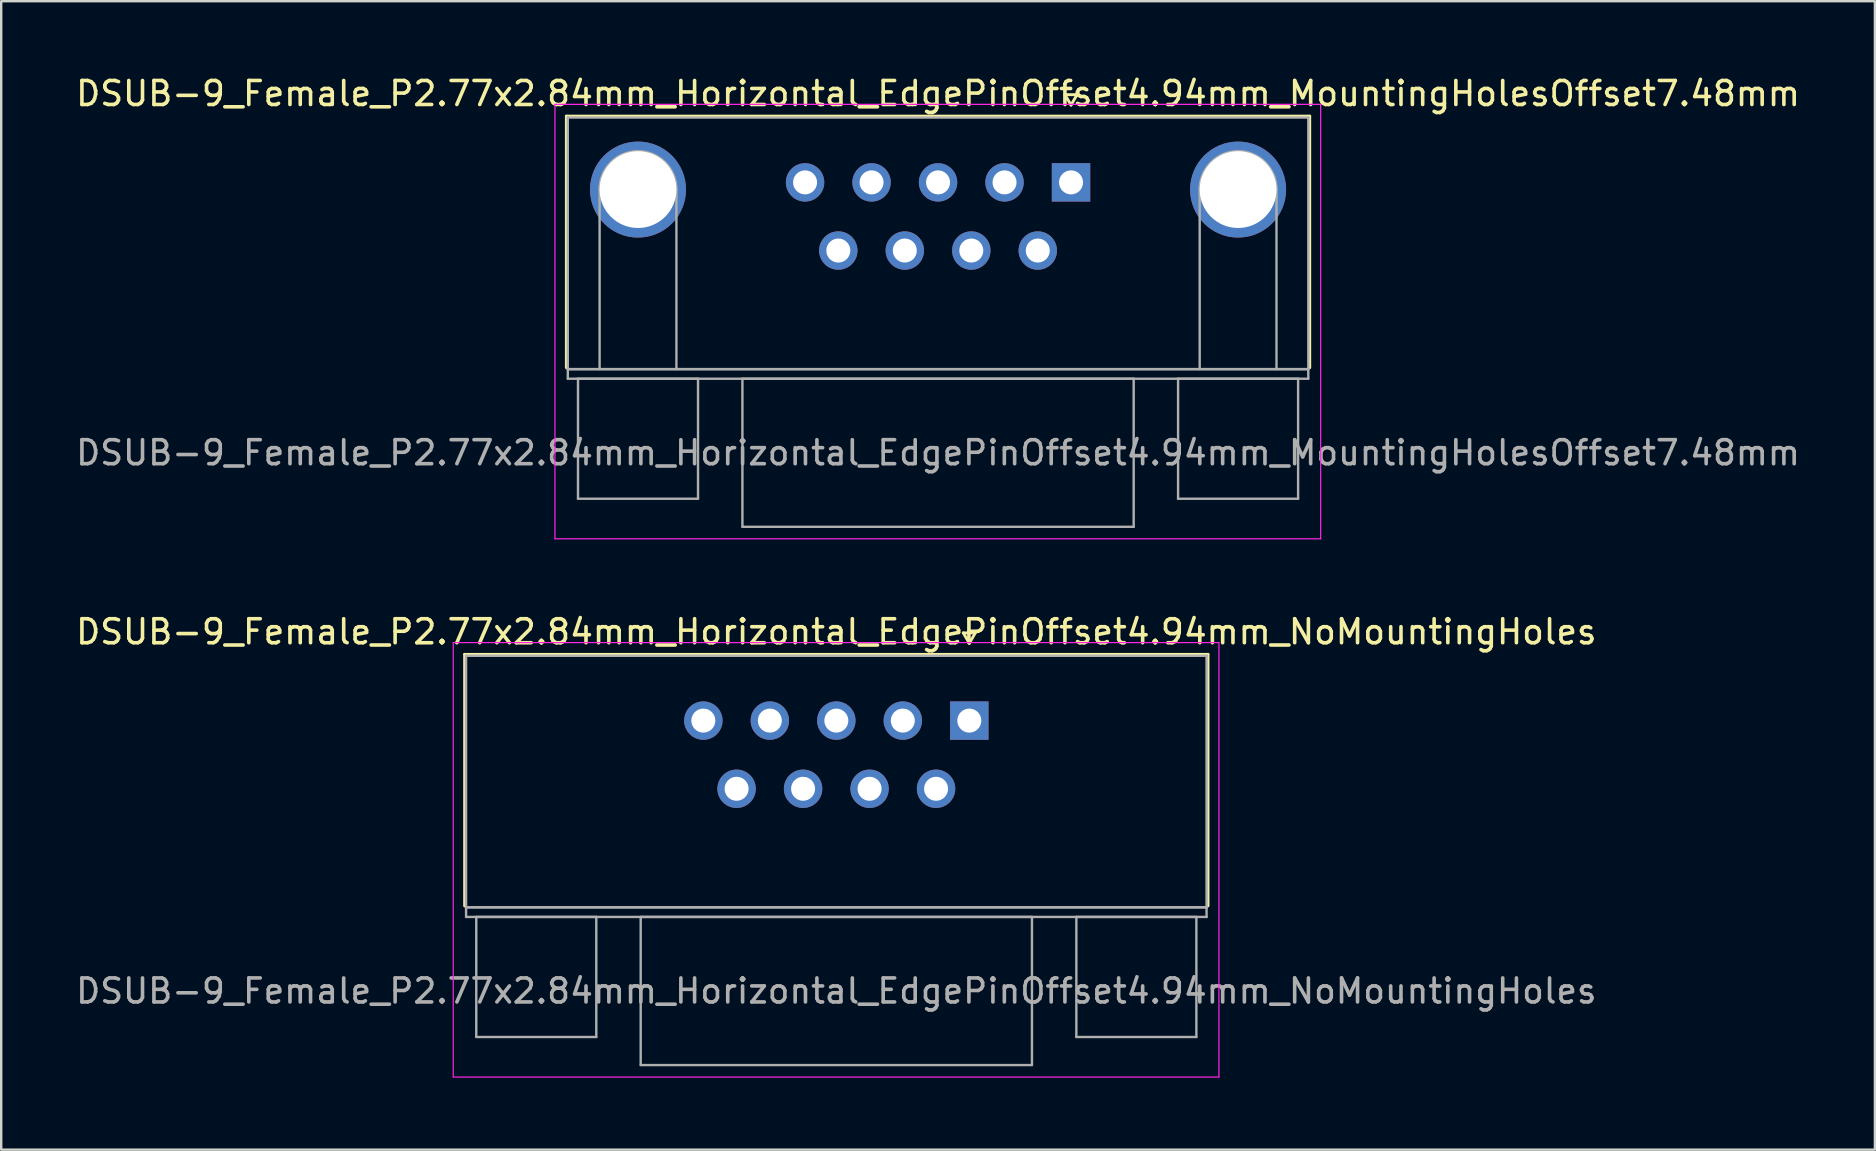
<source format=kicad_pcb>
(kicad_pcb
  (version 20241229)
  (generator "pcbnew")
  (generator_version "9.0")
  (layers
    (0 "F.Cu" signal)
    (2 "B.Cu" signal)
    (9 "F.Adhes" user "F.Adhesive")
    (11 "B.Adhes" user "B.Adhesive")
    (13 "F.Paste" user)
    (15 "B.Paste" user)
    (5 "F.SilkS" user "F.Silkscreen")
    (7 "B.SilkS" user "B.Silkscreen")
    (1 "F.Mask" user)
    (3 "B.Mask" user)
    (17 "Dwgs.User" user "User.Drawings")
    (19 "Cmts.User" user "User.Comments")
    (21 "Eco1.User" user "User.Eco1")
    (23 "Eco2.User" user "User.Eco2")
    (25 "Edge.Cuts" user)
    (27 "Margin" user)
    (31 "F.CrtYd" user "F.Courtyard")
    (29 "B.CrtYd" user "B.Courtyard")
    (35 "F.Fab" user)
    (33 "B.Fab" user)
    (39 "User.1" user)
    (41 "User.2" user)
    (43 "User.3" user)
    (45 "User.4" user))
  (footprint "DSUB-9_Female_P2.77x2.84mm_Horizontal_EdgePinOffset4.94mm_NoMountingHoles"
    (layer "F.Cu")
    (at 37.332 26.971)
    (property "Reference" "DSUB-9_Female_P2.77x2.84mm_Horizontal_EdgePinOffset4.94mm_NoMountingHoles" (at -5.54 -3.7 0) (layer "F.SilkS") (effects (font (size 1 1) (thickness 0.15))))
    (attr through_hole)
    (fp_line (start -21.025 -2.76) (end 9.945 -2.76) (stroke (width 0.12) (type solid)) (layer "F.SilkS"))
    (fp_line (start -21.025 7.72) (end -21.025 -2.76) (stroke (width 0.12) (type solid)) (layer "F.SilkS"))
    (fp_line (start -0.25 -3.654) (end 0.25 -3.654) (stroke (width 0.12) (type solid)) (layer "F.SilkS"))
    (fp_line (start 0 -3.221) (end -0.25 -3.654) (stroke (width 0.12) (type solid)) (layer "F.SilkS"))
    (fp_line (start 0.25 -3.654) (end 0 -3.221) (stroke (width 0.12) (type solid)) (layer "F.SilkS"))
    (fp_line (start 9.945 -2.76) (end 9.945 7.72) (stroke (width 0.12) (type solid)) (layer "F.SilkS"))
    (fp_line (start -21.5 -3.25) (end -21.5 14.85) (stroke (width 0.05) (type solid)) (layer "F.CrtYd"))
    (fp_line (start -21.5 14.85) (end 10.4 14.85) (stroke (width 0.05) (type solid)) (layer "F.CrtYd"))
    (fp_line (start 10.4 -3.25) (end -21.5 -3.25) (stroke (width 0.05) (type solid)) (layer "F.CrtYd"))
    (fp_line (start 10.4 14.85) (end 10.4 -3.25) (stroke (width 0.05) (type solid)) (layer "F.CrtYd"))
    (fp_line (start -20.965 -2.7) (end -20.965 7.78) (stroke (width 0.1) (type solid)) (layer "F.Fab"))
    (fp_line (start -20.965 7.78) (end -20.965 8.18) (stroke (width 0.1) (type solid)) (layer "F.Fab"))
    (fp_line (start -20.965 7.78) (end 9.885 7.78) (stroke (width 0.1) (type solid)) (layer "F.Fab"))
    (fp_line (start -20.965 8.18) (end 9.885 8.18) (stroke (width 0.1) (type solid)) (layer "F.Fab"))
    (fp_line (start -20.54 8.18) (end -20.54 13.18) (stroke (width 0.1) (type solid)) (layer "F.Fab"))
    (fp_line (start -20.54 13.18) (end -15.54 13.18) (stroke (width 0.1) (type solid)) (layer "F.Fab"))
    (fp_line (start -15.54 8.18) (end -20.54 8.18) (stroke (width 0.1) (type solid)) (layer "F.Fab"))
    (fp_line (start -15.54 13.18) (end -15.54 8.18) (stroke (width 0.1) (type solid)) (layer "F.Fab"))
    (fp_line (start -13.69 8.18) (end -13.69 14.35) (stroke (width 0.1) (type solid)) (layer "F.Fab"))
    (fp_line (start -13.69 14.35) (end 2.61 14.35) (stroke (width 0.1) (type solid)) (layer "F.Fab"))
    (fp_line (start 2.61 8.18) (end -13.69 8.18) (stroke (width 0.1) (type solid)) (layer "F.Fab"))
    (fp_line (start 2.61 14.35) (end 2.61 8.18) (stroke (width 0.1) (type solid)) (layer "F.Fab"))
    (fp_line (start 4.46 8.18) (end 4.46 13.18) (stroke (width 0.1) (type solid)) (layer "F.Fab"))
    (fp_line (start 4.46 13.18) (end 9.46 13.18) (stroke (width 0.1) (type solid)) (layer "F.Fab"))
    (fp_line (start 9.46 8.18) (end 4.46 8.18) (stroke (width 0.1) (type solid)) (layer "F.Fab"))
    (fp_line (start 9.46 13.18) (end 9.46 8.18) (stroke (width 0.1) (type solid)) (layer "F.Fab"))
    (fp_line (start 9.885 -2.7) (end -20.965 -2.7) (stroke (width 0.1) (type solid)) (layer "F.Fab"))
    (fp_line (start 9.885 7.78) (end -20.965 7.78) (stroke (width 0.1) (type solid)) (layer "F.Fab"))
    (fp_line (start 9.885 7.78) (end 9.885 -2.7) (stroke (width 0.1) (type solid)) (layer "F.Fab"))
    (fp_line (start 9.885 8.18) (end 9.885 7.78) (stroke (width 0.1) (type solid)) (layer "F.Fab"))
    (fp_text user "${REFERENCE}" (at -5.54 11.265 0) (layer "F.Fab") (effects (font (size 1 1) (thickness 0.15))))
    (pad "1" thru_hole rect (at 0 0) (size 1.6 1.6) (drill 1) (layers "*.Cu" "*.Mask"))
    (pad "2" thru_hole circle (at -2.77 0) (size 1.6 1.6) (drill 1) (layers "*.Cu" "*.Mask"))
    (pad "3" thru_hole circle (at -5.54 0) (size 1.6 1.6) (drill 1) (layers "*.Cu" "*.Mask"))
    (pad "4" thru_hole circle (at -8.31 0) (size 1.6 1.6) (drill 1) (layers "*.Cu" "*.Mask"))
    (pad "5" thru_hole circle (at -11.08 0) (size 1.6 1.6) (drill 1) (layers "*.Cu" "*.Mask"))
    (pad "6" thru_hole circle (at -1.385 2.84) (size 1.6 1.6) (drill 1) (layers "*.Cu" "*.Mask"))
    (pad "7" thru_hole circle (at -4.155 2.84) (size 1.6 1.6) (drill 1) (layers "*.Cu" "*.Mask"))
    (pad "8" thru_hole circle (at -6.925 2.84) (size 1.6 1.6) (drill 1) (layers "*.Cu" "*.Mask"))
    (pad "9" thru_hole circle (at -9.695 2.84) (size 1.6 1.6) (drill 1) (layers "*.Cu" "*.Mask")))
  (footprint "DSUB-9_Female_P2.77x2.84mm_Horizontal_EdgePinOffset4.94mm_MountingHolesOffset7.48mm"
    (layer "F.Cu")
    (at 41.57 4.548)
    (property "Reference" "DSUB-9_Female_P2.77x2.84mm_Horizontal_EdgePinOffset4.94mm_MountingHolesOffset7.48mm" (at -5.54 -3.7 0) (layer "F.SilkS") (effects (font (size 1 1) (thickness 0.15))))
    (attr through_hole)
    (fp_line (start -21.025 -2.76) (end 9.945 -2.76) (stroke (width 0.12) (type solid)) (layer "F.SilkS"))
    (fp_line (start -21.025 7.72) (end -21.025 -2.76) (stroke (width 0.12) (type solid)) (layer "F.SilkS"))
    (fp_line (start -0.25 -3.654) (end 0.25 -3.654) (stroke (width 0.12) (type solid)) (layer "F.SilkS"))
    (fp_line (start 0 -3.221) (end -0.25 -3.654) (stroke (width 0.12) (type solid)) (layer "F.SilkS"))
    (fp_line (start 0.25 -3.654) (end 0 -3.221) (stroke (width 0.12) (type solid)) (layer "F.SilkS"))
    (fp_line (start 9.945 -2.76) (end 9.945 7.72) (stroke (width 0.12) (type solid)) (layer "F.SilkS"))
    (fp_line (start -21.5 -3.25) (end -21.5 14.85) (stroke (width 0.05) (type solid)) (layer "F.CrtYd"))
    (fp_line (start -21.5 14.85) (end 10.4 14.85) (stroke (width 0.05) (type solid)) (layer "F.CrtYd"))
    (fp_line (start 10.4 -3.25) (end -21.5 -3.25) (stroke (width 0.05) (type solid)) (layer "F.CrtYd"))
    (fp_line (start 10.4 14.85) (end 10.4 -3.25) (stroke (width 0.05) (type solid)) (layer "F.CrtYd"))
    (fp_line (start -20.965 -2.7) (end -20.965 7.78) (stroke (width 0.1) (type solid)) (layer "F.Fab"))
    (fp_line (start -20.965 7.78) (end -20.965 8.18) (stroke (width 0.1) (type solid)) (layer "F.Fab"))
    (fp_line (start -20.965 7.78) (end 9.885 7.78) (stroke (width 0.1) (type solid)) (layer "F.Fab"))
    (fp_line (start -20.965 8.18) (end 9.885 8.18) (stroke (width 0.1) (type solid)) (layer "F.Fab"))
    (fp_line (start -20.54 8.18) (end -20.54 13.18) (stroke (width 0.1) (type solid)) (layer "F.Fab"))
    (fp_line (start -20.54 13.18) (end -15.54 13.18) (stroke (width 0.1) (type solid)) (layer "F.Fab"))
    (fp_line (start -19.64 7.78) (end -19.64 0.3) (stroke (width 0.1) (type solid)) (layer "F.Fab"))
    (fp_line (start -16.44 7.78) (end -16.44 0.3) (stroke (width 0.1) (type solid)) (layer "F.Fab"))
    (fp_line (start -15.54 8.18) (end -20.54 8.18) (stroke (width 0.1) (type solid)) (layer "F.Fab"))
    (fp_line (start -15.54 13.18) (end -15.54 8.18) (stroke (width 0.1) (type solid)) (layer "F.Fab"))
    (fp_line (start -13.69 8.18) (end -13.69 14.35) (stroke (width 0.1) (type solid)) (layer "F.Fab"))
    (fp_line (start -13.69 14.35) (end 2.61 14.35) (stroke (width 0.1) (type solid)) (layer "F.Fab"))
    (fp_line (start 2.61 8.18) (end -13.69 8.18) (stroke (width 0.1) (type solid)) (layer "F.Fab"))
    (fp_line (start 2.61 14.35) (end 2.61 8.18) (stroke (width 0.1) (type solid)) (layer "F.Fab"))
    (fp_line (start 4.46 8.18) (end 4.46 13.18) (stroke (width 0.1) (type solid)) (layer "F.Fab"))
    (fp_line (start 4.46 13.18) (end 9.46 13.18) (stroke (width 0.1) (type solid)) (layer "F.Fab"))
    (fp_line (start 5.36 7.78) (end 5.36 0.3) (stroke (width 0.1) (type solid)) (layer "F.Fab"))
    (fp_line (start 8.56 7.78) (end 8.56 0.3) (stroke (width 0.1) (type solid)) (layer "F.Fab"))
    (fp_line (start 9.46 8.18) (end 4.46 8.18) (stroke (width 0.1) (type solid)) (layer "F.Fab"))
    (fp_line (start 9.46 13.18) (end 9.46 8.18) (stroke (width 0.1) (type solid)) (layer "F.Fab"))
    (fp_line (start 9.885 -2.7) (end -20.965 -2.7) (stroke (width 0.1) (type solid)) (layer "F.Fab"))
    (fp_line (start 9.885 7.78) (end -20.965 7.78) (stroke (width 0.1) (type solid)) (layer "F.Fab"))
    (fp_line (start 9.885 7.78) (end 9.885 -2.7) (stroke (width 0.1) (type solid)) (layer "F.Fab"))
    (fp_line (start 9.885 8.18) (end 9.885 7.78) (stroke (width 0.1) (type solid)) (layer "F.Fab"))
    (fp_arc (start -19.64 0.3) (mid -18.04 -1.3) (end -16.44 0.3) (stroke (width 0.1) (type solid)) (layer "F.Fab"))
    (fp_arc (start 5.36 0.3) (mid 6.96 -1.3) (end 8.56 0.3) (stroke (width 0.1) (type solid)) (layer "F.Fab"))
    (fp_text user "${REFERENCE}" (at -5.54 11.265 0) (layer "F.Fab") (effects (font (size 1 1) (thickness 0.15))))
    (pad "0" thru_hole circle (at -18.04 0.3) (size 4 4) (drill 3.2) (layers "*.Cu" "*.Mask"))
    (pad "0" thru_hole circle (at 6.96 0.3) (size 4 4) (drill 3.2) (layers "*.Cu" "*.Mask"))
    (pad "1" thru_hole rect (at 0 0) (size 1.6 1.6) (drill 1) (layers "*.Cu" "*.Mask"))
    (pad "2" thru_hole circle (at -2.77 0) (size 1.6 1.6) (drill 1) (layers "*.Cu" "*.Mask"))
    (pad "3" thru_hole circle (at -5.54 0) (size 1.6 1.6) (drill 1) (layers "*.Cu" "*.Mask"))
    (pad "4" thru_hole circle (at -8.31 0) (size 1.6 1.6) (drill 1) (layers "*.Cu" "*.Mask"))
    (pad "5" thru_hole circle (at -11.08 0) (size 1.6 1.6) (drill 1) (layers "*.Cu" "*.Mask"))
    (pad "6" thru_hole circle (at -1.385 2.84) (size 1.6 1.6) (drill 1) (layers "*.Cu" "*.Mask"))
    (pad "7" thru_hole circle (at -4.155 2.84) (size 1.6 1.6) (drill 1) (layers "*.Cu" "*.Mask"))
    (pad "8" thru_hole circle (at -6.925 2.84) (size 1.6 1.6) (drill 1) (layers "*.Cu" "*.Mask"))
    (pad "9" thru_hole circle (at -9.695 2.84) (size 1.6 1.6) (drill 1) (layers "*.Cu" "*.Mask")))
  (gr_rect
    (start -3 -3)
    (end 75.06 44.846)
    (stroke (width 0.1) (type default))
    (fill no)
    (layer "Edge.Cuts")))
</source>
